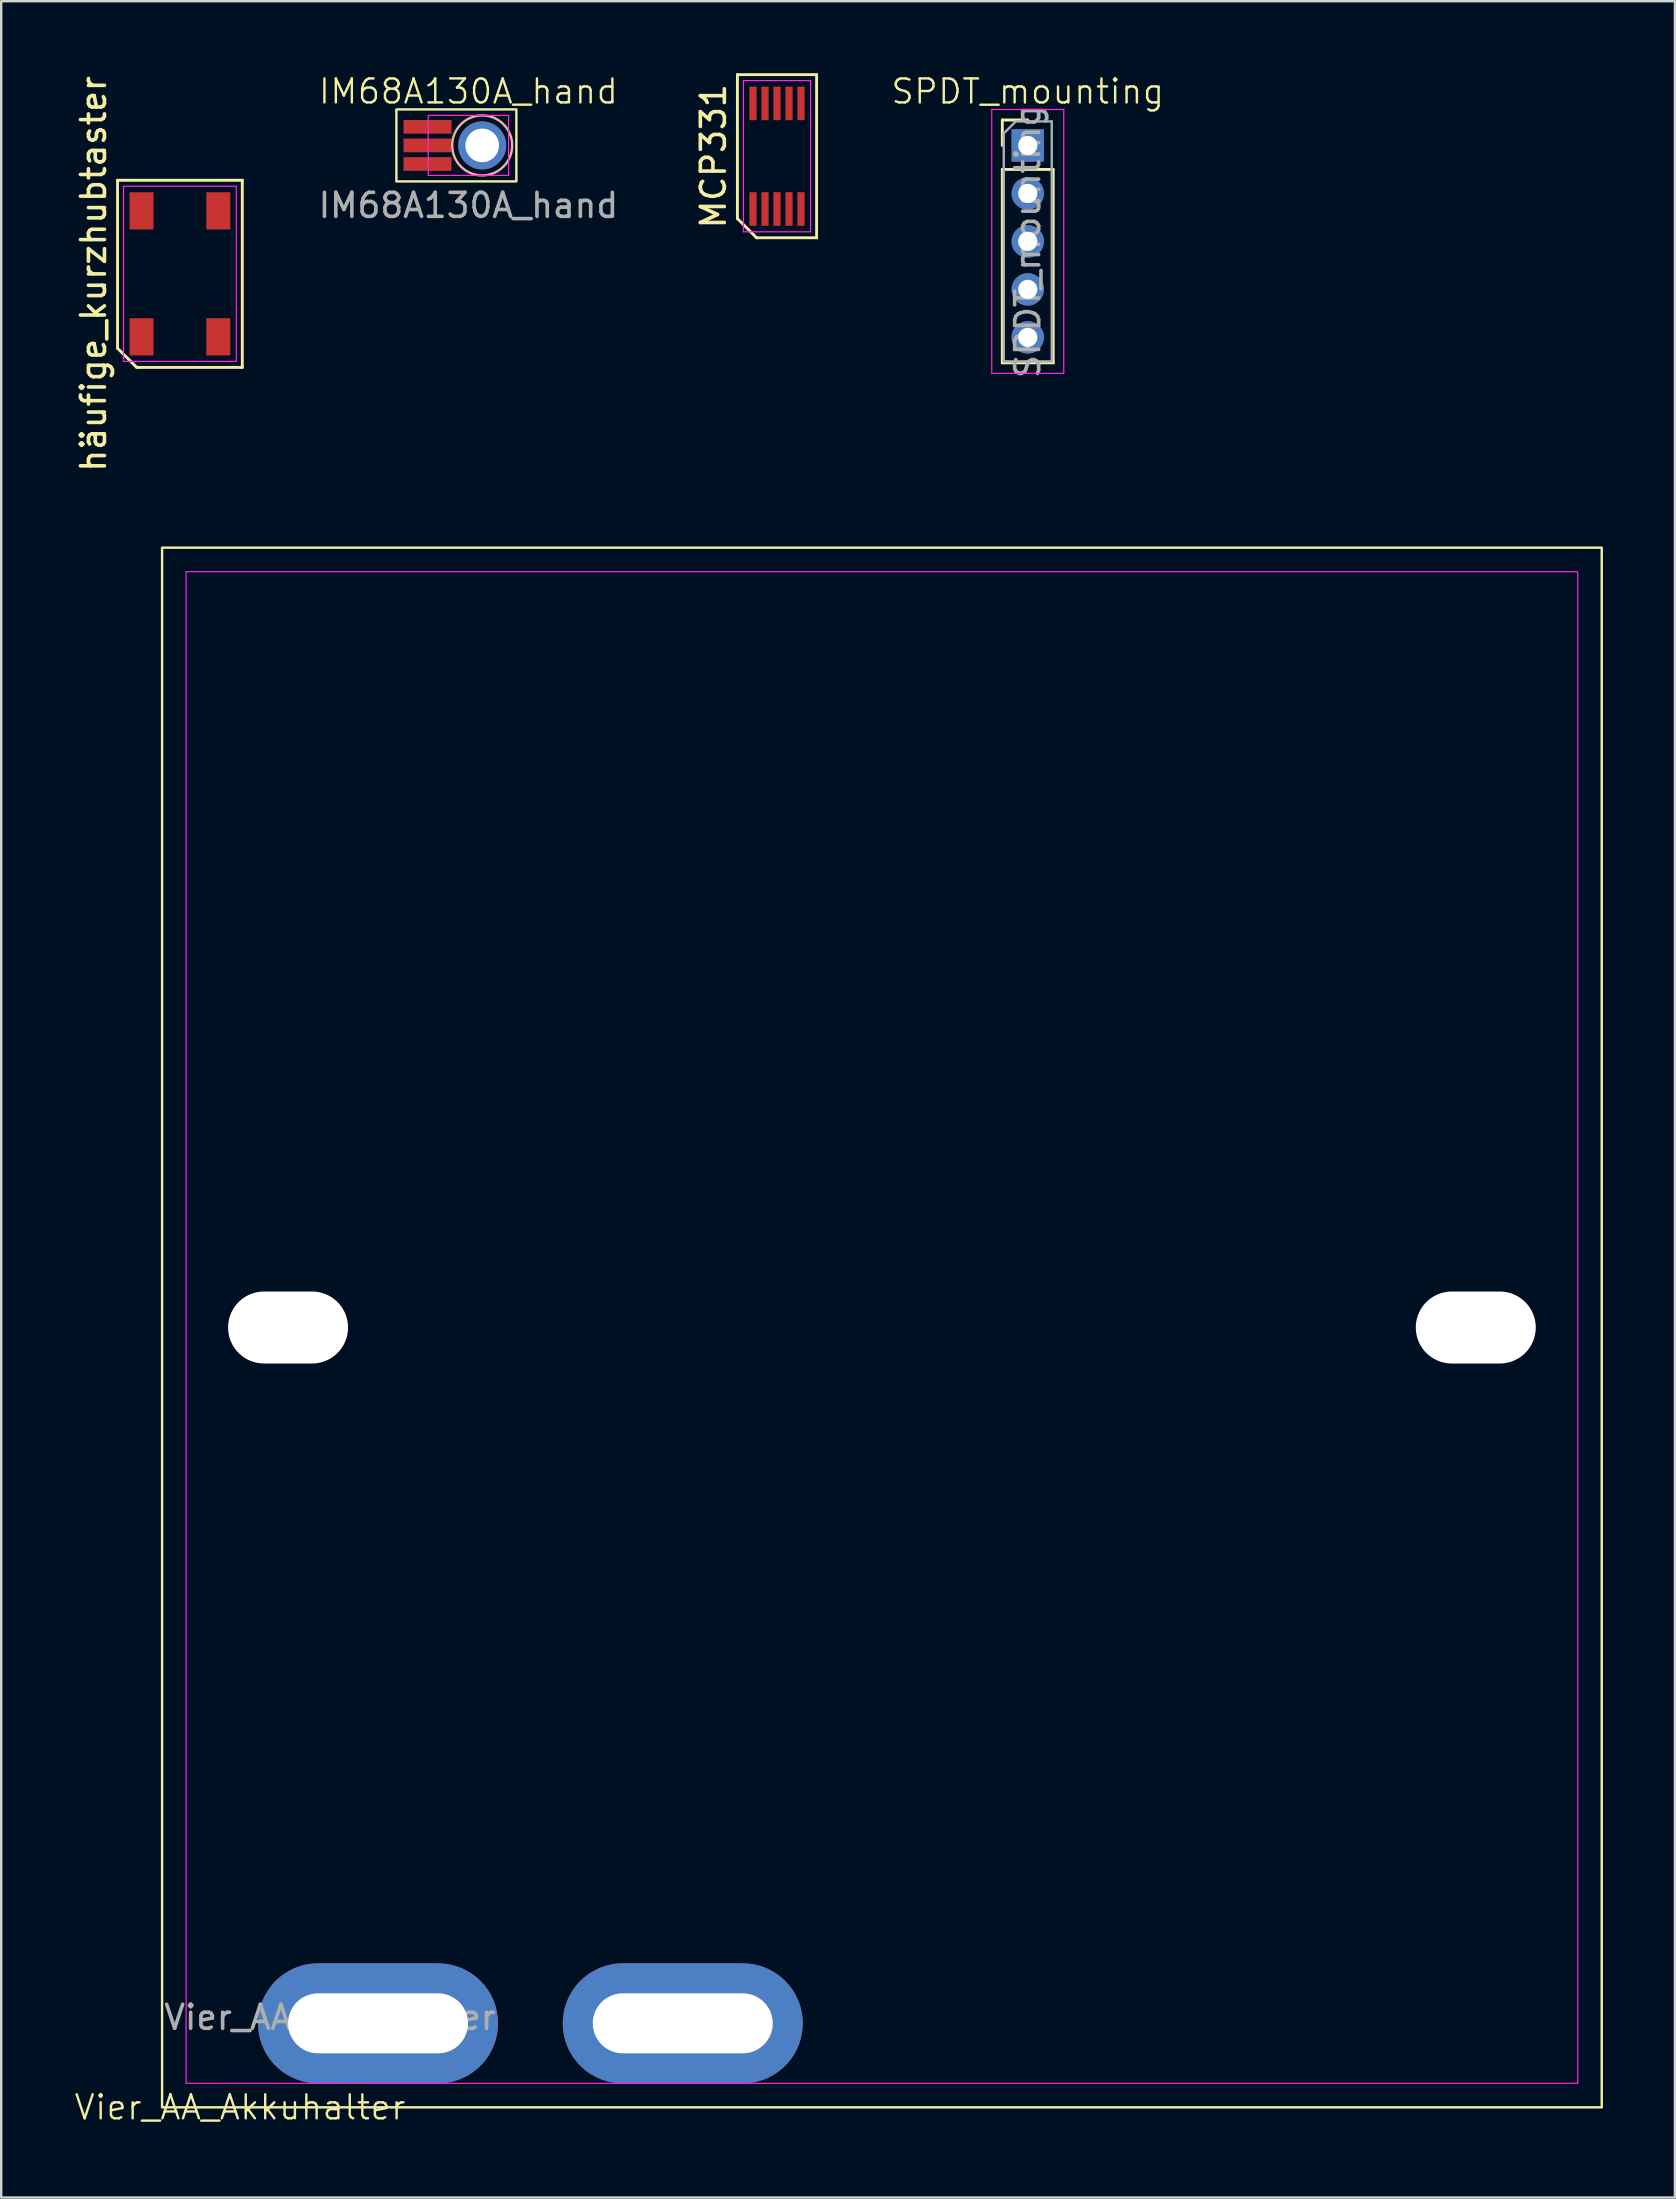
<source format=kicad_pcb>
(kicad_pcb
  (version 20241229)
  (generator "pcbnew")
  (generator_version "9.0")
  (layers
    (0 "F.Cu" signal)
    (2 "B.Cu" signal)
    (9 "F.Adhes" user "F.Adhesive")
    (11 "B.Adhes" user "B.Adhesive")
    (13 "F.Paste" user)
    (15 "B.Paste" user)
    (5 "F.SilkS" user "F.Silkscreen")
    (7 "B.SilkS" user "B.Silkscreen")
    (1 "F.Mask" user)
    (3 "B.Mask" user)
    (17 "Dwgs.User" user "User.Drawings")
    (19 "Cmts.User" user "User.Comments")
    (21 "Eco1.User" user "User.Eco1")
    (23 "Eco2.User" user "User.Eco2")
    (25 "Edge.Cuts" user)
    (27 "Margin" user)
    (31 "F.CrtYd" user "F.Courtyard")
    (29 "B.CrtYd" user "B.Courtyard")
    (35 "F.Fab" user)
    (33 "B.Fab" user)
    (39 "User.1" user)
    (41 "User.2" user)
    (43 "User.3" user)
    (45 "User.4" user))
  (footprint "SPDT_mounting"
    (layer "F.Cu")
    (at 39.783 7.011)
    (property "Reference" "SPDT_mounting" (at 0 -6.25 0) (unlocked yes) (layer "F.SilkS") (effects (font (size 1 1) (thickness 0.1))))
    (attr smd)
    (fp_line (start -1.06 -5.06) (end 0 -5.06) (stroke (width 0.12) (type solid)) (layer "F.SilkS"))
    (fp_line (start -1.06 -4) (end -1.06 -5.06) (stroke (width 0.12) (type solid)) (layer "F.SilkS"))
    (fp_line (start -1.06 -3) (end -1.06 5.06) (stroke (width 0.12) (type solid)) (layer "F.SilkS"))
    (fp_line (start -1.06 -3) (end 1.06 -3) (stroke (width 0.12) (type solid)) (layer "F.SilkS"))
    (fp_line (start -1.06 5.06) (end 1.06 5.06) (stroke (width 0.12) (type solid)) (layer "F.SilkS"))
    (fp_line (start 1.06 -3) (end 1.06 5.06) (stroke (width 0.12) (type solid)) (layer "F.SilkS"))
    (fp_line (start -1.5 -5.5) (end -1.5 5.5) (stroke (width 0.05) (type solid)) (layer "F.CrtYd"))
    (fp_line (start -1.5 5.5) (end 1.5 5.5) (stroke (width 0.05) (type solid)) (layer "F.CrtYd"))
    (fp_line (start 1.5 -5.5) (end -1.5 -5.5) (stroke (width 0.05) (type solid)) (layer "F.CrtYd"))
    (fp_line (start 1.5 5.5) (end 1.5 -5.5) (stroke (width 0.05) (type solid)) (layer "F.CrtYd"))
    (fp_line (start -1 -4.5) (end -0.5 -5) (stroke (width 0.1) (type solid)) (layer "F.Fab"))
    (fp_line (start -1 5) (end -1 -4.5) (stroke (width 0.1) (type solid)) (layer "F.Fab"))
    (fp_line (start -0.5 -5) (end 1 -5) (stroke (width 0.1) (type solid)) (layer "F.Fab"))
    (fp_line (start 1 -5) (end 1 5) (stroke (width 0.1) (type solid)) (layer "F.Fab"))
    (fp_line (start 1 5) (end -1 5) (stroke (width 0.1) (type solid)) (layer "F.Fab"))
    (fp_text user "${REFERENCE}" (at 0 0 90) (unlocked yes) (layer "F.Fab") (effects (font (size 1 1) (thickness 0.15))))
    (pad "1" thru_hole oval (at 0 -2) (size 1.35 1.35) (drill 0.8) (layers "*.Cu" "*.Mask"))
    (pad "2" thru_hole oval (at 0 0) (size 1.35 1.35) (drill 0.8) (layers "*.Cu" "*.Mask"))
    (pad "3" thru_hole oval (at 0 2) (size 1.35 1.35) (drill 0.8) (layers "*.Cu" "*.Mask"))
    (pad "4" thru_hole oval (at 0 4) (size 1.35 1.35) (drill 0.8) (layers "*.Cu" "*.Mask"))
    (pad "5" thru_hole rect (at 0 -4) (size 1.35 1.35) (drill 0.8) (layers "*.Cu" "*.Mask")))
  (footprint "häufige_kurzhubtaster"
    (layer "F.Cu")
    (at 4.448 8.363)
    (property "Reference" "häufige_kurzhubtaster" (at -3.6 0 90) (unlocked yes) (layer "F.SilkS") (effects (font (size 1 1) (thickness 0.15))))
    (attr smd)
    (fp_line (start -2.6 -3.9) (end 2.6 -3.9) (stroke (width 0.12) (type default)) (layer "F.SilkS"))
    (fp_line (start -2.6 3.1) (end -2.6 -3.9) (stroke (width 0.12) (type default)) (layer "F.SilkS"))
    (fp_line (start -1.8 3.9) (end -2.6 3.1) (stroke (width 0.12) (type default)) (layer "F.SilkS"))
    (fp_line (start 2.6 -3.9) (end 2.6 3.9) (stroke (width 0.12) (type default)) (layer "F.SilkS"))
    (fp_line (start 2.6 3.9) (end -1.8 3.9) (stroke (width 0.12) (type default)) (layer "F.SilkS"))
    (fp_line (start -2.35 -3.65) (end 2.35 -3.65) (stroke (width 0.05) (type default)) (layer "F.CrtYd"))
    (fp_line (start -2.35 3.65) (end -2.35 -3.65) (stroke (width 0.05) (type default)) (layer "F.CrtYd"))
    (fp_line (start 2.35 -3.65) (end 2.35 3.65) (stroke (width 0.05) (type default)) (layer "F.CrtYd"))
    (fp_line (start 2.35 3.65) (end -2.35 3.65) (stroke (width 0.05) (type default)) (layer "F.CrtYd"))
    (pad "1" smd rect (at -1.6 2.625) (size 1 1.55) (layers "F.Cu" "F.Mask" "F.Paste"))
    (pad "2" smd rect (at 1.6 2.625) (size 1 1.55) (layers "F.Cu" "F.Mask" "F.Paste"))
    (pad "3" smd rect (at -1.6 -2.625) (size 1 1.55) (layers "F.Cu" "F.Mask" "F.Paste"))
    (pad "4" smd rect (at 1.6 -2.625) (size 1 1.55) (layers "F.Cu" "F.Mask" "F.Paste")))
  (footprint "IM68A130A_hand"
    (layer "F.Cu")
    (at 16.471 3.01)
    (property "Reference" "IM68A130A_hand" (at 0 -2.25 0) (unlocked yes) (layer "F.SilkS") (effects (font (size 1 1) (thickness 0.1))))
    (attr smd)
    (fp_rect (start -3 -1.5) (end 2 1.5) (stroke (width 0.1) (type default)) (fill no) (layer "F.SilkS"))
    (fp_circle (center 0.575 0) (end 1.825 0) (stroke (width 0.1) (type default)) (fill no) (layer "B.SilkS"))
    (fp_rect (start -1.675 -1.25) (end 1.675 1.25) (stroke (width 0.05) (type default)) (fill no) (layer "F.CrtYd"))
    (fp_text user "${REFERENCE}" (at 0 2.5 0) (unlocked yes) (layer "F.Fab") (effects (font (size 1 1) (thickness 0.15))))
    (pad "1" smd rect (at -1.09 -0.775) (size 2 0.57) (drill (offset -0.615 0)) (layers "F.Cu" "F.Mask" "F.Paste"))
    (pad "2" smd rect (at -1.09 0) (size 2 0.57) (drill (offset -0.615 0)) (layers "F.Cu" "F.Mask" "F.Paste"))
    (pad "3" smd rect (at -1.09 0.775) (size 2 0.57) (drill (offset -0.615 0)) (layers "F.Cu" "F.Mask" "F.Paste"))
    (pad "4" thru_hole circle (at 0.575 0) (size 2 2) (drill 1.4) (layers "*.Cu" "*.Mask")))
  (footprint "Vier_AA_Akkuhalter"
    (layer "F.Cu")
    (at 4.705 83.776)
    (property "Reference" "Vier_AA_Akkuhalter" (at 2.25 1 0) (unlocked yes) (layer "F.SilkS") (effects (font (size 1 1) (thickness 0.1))))
    (attr smd)
    (fp_rect (start -1 -64) (end 59 1) (stroke (width 0.1) (type default)) (fill no) (layer "F.SilkS"))
    (fp_rect (start 0 0) (end 58 -63) (stroke (width 0.05) (type default)) (fill no) (layer "F.CrtYd"))
    (fp_text user "${REFERENCE}" (at 6 -2.75 0) (unlocked yes) (layer "F.Fab") (effects (font (size 1 1) (thickness 0.15))))
    (pad "" np_thru_hole oval (at 4.25 -31.5) (size 5 3) (drill oval 5 3) (layers "*.Cu" "*.Mask"))
    (pad "" np_thru_hole oval (at 53.75 -31.5) (size 5 3) (drill oval 5 3) (layers "*.Cu" "*.Mask"))
    (pad "1" thru_hole oval (at 8 -2.5) (size 10 5) (drill oval 7.5 2.5) (layers "*.Cu" "*.Mask"))
    (pad "2" thru_hole oval (at 20.7 -2.5) (size 10 5) (drill oval 7.5 2.5) (layers "*.Cu" "*.Mask")))
  (footprint "MCP331"
    (layer "F.Cu")
    (at 29.333 3.46)
    (property "Reference" "MCP331" (at -2.65 0 90) (layer "F.SilkS") (effects (font (size 1 1) (thickness 0.15))))
    (attr smd)
    (fp_line (start -1.65 -3.4) (end 1.65 -3.4) (stroke (width 0.12) (type default)) (layer "F.SilkS"))
    (fp_line (start -1.65 2.6) (end -1.65 -3.4) (stroke (width 0.12) (type default)) (layer "F.SilkS"))
    (fp_line (start -0.85 3.4) (end -1.65 2.6) (stroke (width 0.12) (type default)) (layer "F.SilkS"))
    (fp_line (start 1.65 -3.4) (end 1.65 3.4) (stroke (width 0.12) (type default)) (layer "F.SilkS"))
    (fp_line (start 1.65 3.4) (end -0.85 3.4) (stroke (width 0.12) (type default)) (layer "F.SilkS"))
    (fp_line (start -1.4 -3.15) (end 1.4 -3.15) (stroke (width 0.05) (type default)) (layer "F.CrtYd"))
    (fp_line (start -1.4 3.15) (end -1.4 -3.15) (stroke (width 0.05) (type default)) (layer "F.CrtYd"))
    (fp_line (start 1.4 -3.15) (end 1.4 3.15) (stroke (width 0.05) (type default)) (layer "F.CrtYd"))
    (fp_line (start 1.4 3.15) (end -1.4 3.15) (stroke (width 0.05) (type default)) (layer "F.CrtYd"))
    (pad "1" smd rect (at -1 2.2) (size 0.3 1.4) (layers "F.Cu" "F.Mask" "F.Paste"))
    (pad "2" smd rect (at -0.5 2.2) (size 0.3 1.4) (layers "F.Cu" "F.Mask" "F.Paste"))
    (pad "3" smd rect (at 0 2.2) (size 0.3 1.4) (layers "F.Cu" "F.Mask" "F.Paste"))
    (pad "4" smd rect (at 0.5 2.2) (size 0.3 1.4) (layers "F.Cu" "F.Mask" "F.Paste"))
    (pad "5" smd rect (at 1 2.2) (size 0.3 1.4) (layers "F.Cu" "F.Mask" "F.Paste"))
    (pad "6" smd rect (at 1 -2.2) (size 0.3 1.4) (layers "F.Cu" "F.Mask" "F.Paste"))
    (pad "7" smd rect (at 0.5 -2.2) (size 0.3 1.4) (layers "F.Cu" "F.Mask" "F.Paste"))
    (pad "8" smd rect (at 0 -2.2) (size 0.3 1.4) (layers "F.Cu" "F.Mask" "F.Paste"))
    (pad "9" smd rect (at -0.5 -2.2) (size 0.3 1.4) (layers "F.Cu" "F.Mask" "F.Paste"))
    (pad "10" smd rect (at -1 -2.2) (size 0.3 1.4) (layers "F.Cu" "F.Mask" "F.Paste")))
  (gr_rect
    (start -3 -3)
    (end 66.755 88.537)
    (stroke (width 0.1) (type default))
    (fill no)
    (layer "Edge.Cuts")))
</source>
